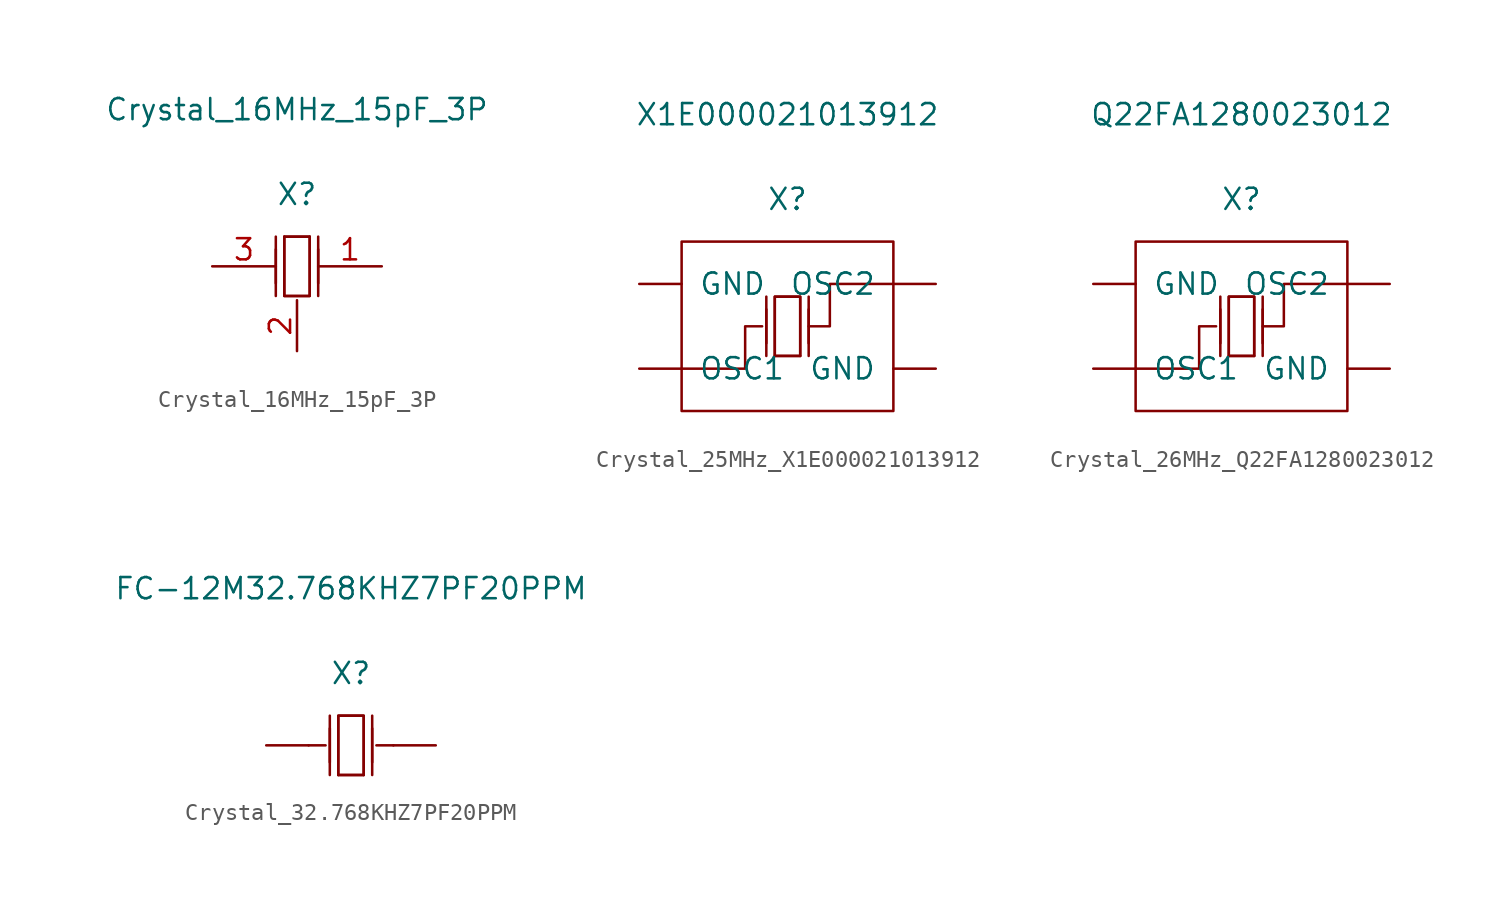
<source format=kicad_sym>
(kicad_symbol_lib
  (version 20231120)
  (generator "kicad_symbol_editor")
  (generator_version "8.0")
  (symbol "Crystal_16MHz_15pF_3P"
    (pin_names
      (offset 1.016) hide)
    (property "Reference" "X"
      (at 0 4.318 0)
      (effects (font (size 1.27 1.27))))
    (property "Value" "Crystal_16MHz_15pF_3P"
      (at 0 9.398 0)
      (effects (font (size 1.27 1.27))))
    (symbol "Crystal_16MHz_15pF_3P_1_1"
      (polyline (pts (xy -1.27 1.016) (xy -1.27 -1.016)) (stroke (width 0.152) (type solid)) (fill (type none)))
      (polyline (pts (xy -1.27 1.778) (xy -1.27 -1.778)) (stroke (width 0.152) (type solid)) (fill (type none)))
      (polyline (pts (xy -0.762 1.778) (xy 0.762 1.778)) (stroke (width 0.152) (type solid)) (fill (type none)))
      (polyline (pts (xy 1.27 1.016) (xy 1.27 -1.016)) (stroke (width 0.152) (type solid)) (fill (type none)))
      (polyline (pts (xy 1.27 1.778) (xy 1.27 -1.778)) (stroke (width 0.152) (type solid)) (fill (type none)))
      (polyline (pts (xy 0.762 1.778) (xy 0.762 -1.778) (xy -0.762 -1.778) (xy -0.762 1.778)) (stroke (width 0.152) (type solid)) (fill (type none)))
      (polyline (pts (xy -0.762 -1.778) (xy -0.762 1.778) (xy 0.762 1.778) (xy 0.762 -1.778) (xy -0.762 -1.778)) (stroke (width 0.152) (type solid)) (fill (type none)))
      (pin passive line (at 5.08 0 180) (length 3.81) (name "OSC1" (effects (font (size 1.27 1.27)))) (number "1" (effects (font (size 1.27 1.27)))))
      (pin passive line (at 0 -5.08 90) (length 3.048) (name "GND" (effects (font (size 1.27 1.27)))) (number "2" (effects (font (size 1.27 1.27)))))
      (pin passive line (at -5.08 0 0) (length 3.81) (name "OSC2" (effects (font (size 1.27 1.27)))) (number "3" (effects (font (size 1.27 1.27)))))))
  (symbol "Crystal_25MHz_X1E000021013912"
    (pin_numbers hide)
    (pin_names
      (offset 1.016))
    (property "Reference" "X"
      (at 0 7.62 0)
      (effects (font (size 1.27 1.27))))
    (property "Value" "X1E000021013912"
      (at 0 12.7 0)
      (effects (font (size 1.27 1.27))))
    (symbol "Crystal_25MHz_X1E000021013912_1_1"
      (rectangle (start -6.35 5.08) (end 6.35 -5.08) (stroke (width 0.152) (type solid)) (fill (type none)))
      (polyline (pts (xy -1.27 -1.778) (xy -1.27 1.778)) (stroke (width 0.152) (type solid)) (fill (type none)))
      (polyline (pts (xy -1.27 -1.016) (xy -1.27 1.016)) (stroke (width 0.152) (type solid)) (fill (type none)))
      (polyline (pts (xy 0.762 -1.778) (xy -0.762 -1.778)) (stroke (width 0.152) (type solid)) (fill (type none)))
      (polyline (pts (xy 1.27 -1.778) (xy 1.27 1.778)) (stroke (width 0.152) (type solid)) (fill (type none)))
      (polyline (pts (xy 1.27 -1.016) (xy 1.27 1.016)) (stroke (width 0.152) (type solid)) (fill (type none)))
      (polyline (pts (xy -6.35 -2.54) (xy -2.54 -2.54) (xy -2.54 0) (xy -1.524 0)) (stroke (width 0.152) (type solid)) (fill (type none)))
      (polyline (pts (xy -0.762 -1.778) (xy -0.762 1.778) (xy 0.762 1.778) (xy 0.762 -1.778)) (stroke (width 0.152) (type solid)) (fill (type none)))
      (polyline (pts (xy 6.35 2.54) (xy 2.54 2.54) (xy 2.54 0) (xy 1.27 0)) (stroke (width 0.152) (type solid)) (fill (type none)))
      (polyline (pts (xy 0.762 1.778) (xy 0.762 -1.778) (xy -0.762 -1.778) (xy -0.762 1.778) (xy 0.762 1.778)) (stroke (width 0.152) (type solid)) (fill (type none)))
      (pin passive line (at -8.89 -2.54 0) (length 2.54) (name "OSC1" (effects (font (size 1.27 1.27)))) (number "1" (effects (font (size 1.27 1.27)))))
      (pin power_in line (at 8.89 -2.54 180) (length 2.54) (name "GND" (effects (font (size 1.27 1.27)))) (number "2" (effects (font (size 1.27 1.27)))))
      (pin passive line (at 8.89 2.54 180) (length 2.54) (name "OSC2" (effects (font (size 1.27 1.27)))) (number "3" (effects (font (size 1.27 1.27)))))
      (pin power_in line (at -8.89 2.54 0) (length 2.54) (name "GND" (effects (font (size 1.27 1.27)))) (number "4" (effects (font (size 1.27 1.27)))))))
  (symbol "Crystal_26MHz_Q22FA1280023012"
    (pin_numbers hide)
    (pin_names
      (offset 1.016))
    (property "Reference" "X"
      (at 0 7.62 0)
      (effects (font (size 1.27 1.27))))
    (property "Value" "Q22FA1280023012"
      (at 0 12.7 0)
      (effects (font (size 1.27 1.27))))
    (symbol "Crystal_26MHz_Q22FA1280023012_1_1"
      (rectangle (start -6.35 5.08) (end 6.35 -5.08) (stroke (width 0.152) (type solid)) (fill (type none)))
      (polyline (pts (xy -1.27 -1.778) (xy -1.27 1.778)) (stroke (width 0.152) (type solid)) (fill (type none)))
      (polyline (pts (xy -1.27 -1.016) (xy -1.27 1.016)) (stroke (width 0.152) (type solid)) (fill (type none)))
      (polyline (pts (xy 0.762 -1.778) (xy -0.762 -1.778)) (stroke (width 0.152) (type solid)) (fill (type none)))
      (polyline (pts (xy 1.27 -1.778) (xy 1.27 1.778)) (stroke (width 0.152) (type solid)) (fill (type none)))
      (polyline (pts (xy 1.27 -1.016) (xy 1.27 1.016)) (stroke (width 0.152) (type solid)) (fill (type none)))
      (polyline (pts (xy -6.35 -2.54) (xy -2.54 -2.54) (xy -2.54 0) (xy -1.524 0)) (stroke (width 0.152) (type solid)) (fill (type none)))
      (polyline (pts (xy -0.762 -1.778) (xy -0.762 1.778) (xy 0.762 1.778) (xy 0.762 -1.778)) (stroke (width 0.152) (type solid)) (fill (type none)))
      (polyline (pts (xy 6.35 2.54) (xy 2.54 2.54) (xy 2.54 0) (xy 1.27 0)) (stroke (width 0.152) (type solid)) (fill (type none)))
      (polyline (pts (xy 0.762 1.778) (xy 0.762 -1.778) (xy -0.762 -1.778) (xy -0.762 1.778) (xy 0.762 1.778)) (stroke (width 0.152) (type solid)) (fill (type none)))
      (pin passive line (at -8.89 -2.54 0) (length 2.54) (name "OSC1" (effects (font (size 1.27 1.27)))) (number "1" (effects (font (size 1.27 1.27)))))
      (pin power_in line (at 8.89 -2.54 180) (length 2.54) (name "GND" (effects (font (size 1.27 1.27)))) (number "2" (effects (font (size 1.27 1.27)))))
      (pin passive line (at 8.89 2.54 180) (length 2.54) (name "OSC2" (effects (font (size 1.27 1.27)))) (number "3" (effects (font (size 1.27 1.27)))))
      (pin power_in line (at -8.89 2.54 0) (length 2.54) (name "GND" (effects (font (size 1.27 1.27)))) (number "4" (effects (font (size 1.27 1.27)))))))
  (symbol "Crystal_32.768KHZ7PF20PPM"
    (pin_numbers hide)
    (pin_names
      (offset 1.016) hide)
    (property "Reference" "X"
      (at 0 4.318 0)
      (effects (font (size 1.27 1.27))))
    (property "Value" "FC-12M32.768KHZ7PF20PPM"
      (at 0 9.398 0)
      (effects (font (size 1.27 1.27))))
    (symbol "Crystal_32.768KHZ7PF20PPM_1_1"
      (polyline (pts (xy -2.54 0) (xy -1.524 0)) (stroke (width 0.152) (type solid)) (fill (type none)))
      (polyline (pts (xy -1.27 -1.778) (xy -1.27 1.778)) (stroke (width 0.152) (type solid)) (fill (type none)))
      (polyline (pts (xy -1.27 -1.016) (xy -1.27 1.016)) (stroke (width 0.152) (type solid)) (fill (type none)))
      (polyline (pts (xy 0.762 -1.778) (xy -0.762 -1.778)) (stroke (width 0.152) (type solid)) (fill (type none)))
      (polyline (pts (xy 1.27 -1.778) (xy 1.27 1.778)) (stroke (width 0.152) (type solid)) (fill (type none)))
      (polyline (pts (xy 1.27 -1.016) (xy 1.27 1.016)) (stroke (width 0.152) (type solid)) (fill (type none)))
      (polyline (pts (xy 2.54 0) (xy 1.524 0)) (stroke (width 0.152) (type solid)) (fill (type none)))
      (polyline (pts (xy -0.762 -1.778) (xy -0.762 1.778) (xy 0.762 1.778) (xy 0.762 -1.778)) (stroke (width 0.152) (type solid)) (fill (type none)))
      (polyline (pts (xy 0.762 1.778) (xy 0.762 -1.778) (xy -0.762 -1.778) (xy -0.762 1.778) (xy 0.762 1.778)) (stroke (width 0.152) (type solid)) (fill (type none)))
      (pin passive line (at -5.08 0 0) (length 2.54) (name "OSC1" (effects (font (size 1.27 1.27)))) (number "1" (effects (font (size 1.27 1.27)))))
      (pin passive line (at 5.08 0 180) (length 2.54) (name "OSC2" (effects (font (size 1.27 1.27)))) (number "2" (effects (font (size 1.27 1.27))))))))
</source>
